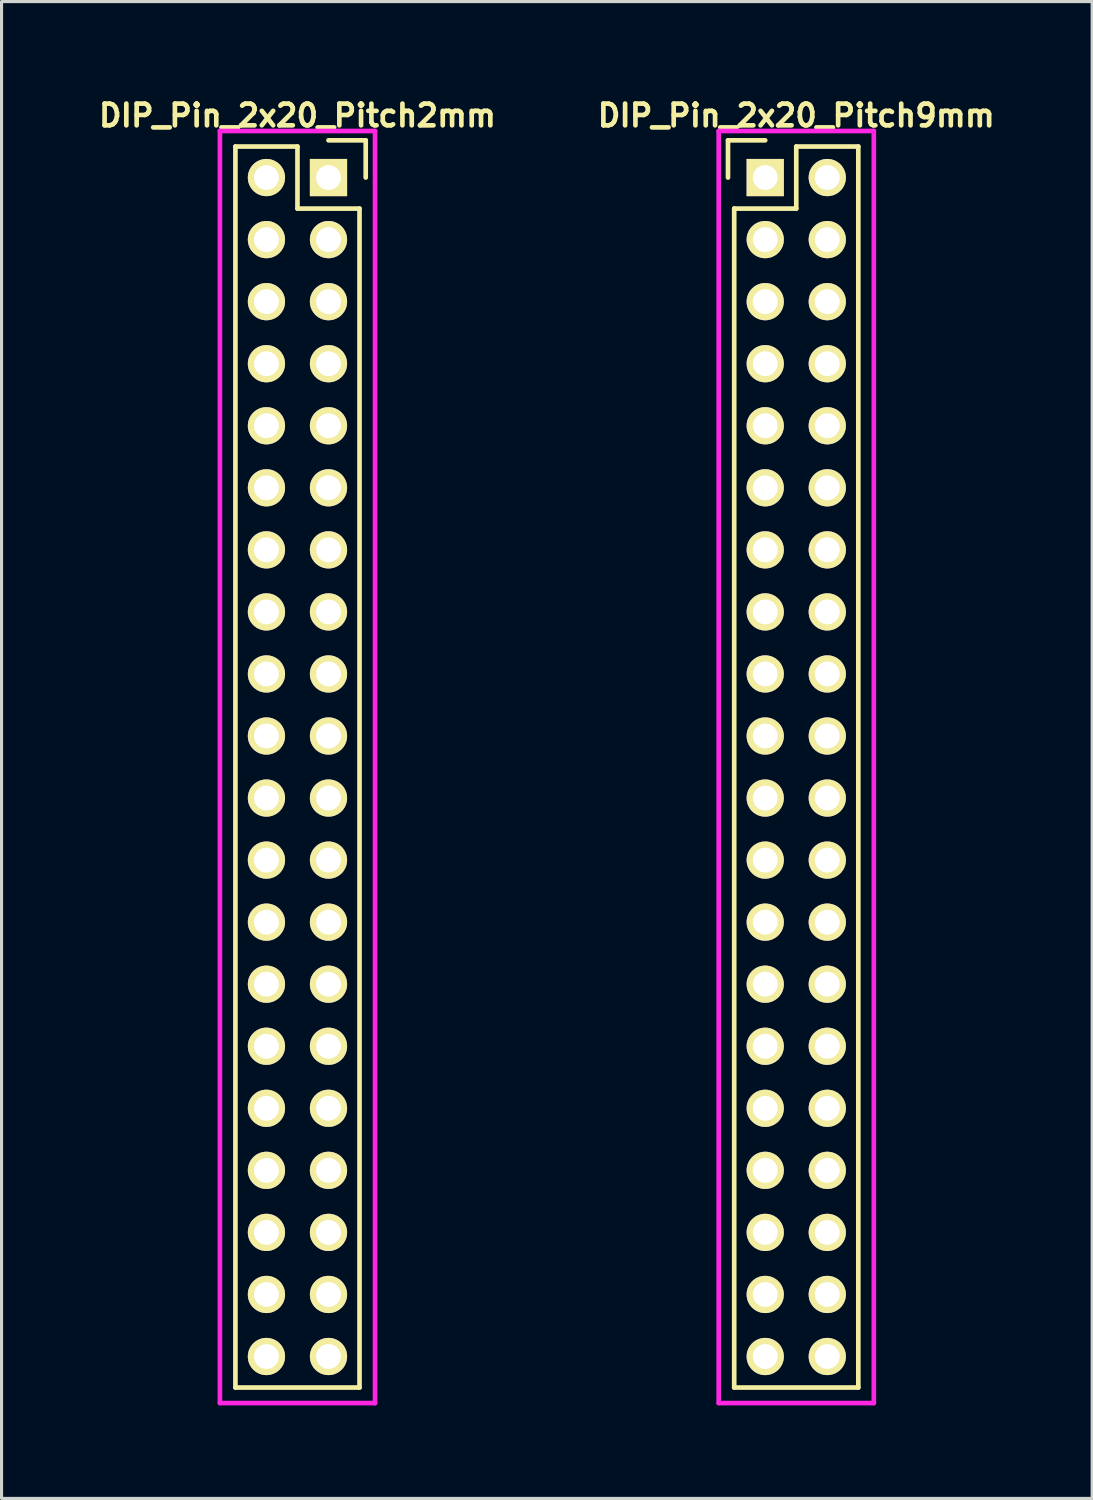
<source format=kicad_pcb>
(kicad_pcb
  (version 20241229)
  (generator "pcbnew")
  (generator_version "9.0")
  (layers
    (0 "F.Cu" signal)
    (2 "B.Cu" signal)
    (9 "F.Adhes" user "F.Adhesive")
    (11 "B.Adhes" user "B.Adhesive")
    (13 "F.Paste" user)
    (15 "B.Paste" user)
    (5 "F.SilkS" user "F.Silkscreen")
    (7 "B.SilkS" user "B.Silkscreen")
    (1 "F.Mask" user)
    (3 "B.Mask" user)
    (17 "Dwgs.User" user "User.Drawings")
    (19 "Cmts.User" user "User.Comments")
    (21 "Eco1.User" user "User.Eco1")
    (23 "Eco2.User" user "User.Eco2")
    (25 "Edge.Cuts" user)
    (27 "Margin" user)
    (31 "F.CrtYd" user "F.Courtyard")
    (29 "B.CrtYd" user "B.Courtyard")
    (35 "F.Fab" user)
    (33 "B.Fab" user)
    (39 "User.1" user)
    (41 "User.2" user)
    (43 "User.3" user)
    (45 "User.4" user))
  (footprint "DIP_Pin_2x20_Pitch2mm"
    (layer "F.Cu")
    (at 7.538 2.673)
    (property "Reference" "DIP_Pin_2x20_Pitch2mm" (at -1 -2 0) (layer "F.SilkS") (effects (font (size 0.7 0.7) (thickness 0.15))))
    (attr through_hole)
    (fp_line (start -3 39) (end -3 -1) (stroke (width 0.15) (type solid)) (layer "F.SilkS"))
    (fp_line (start -3 39) (end 1 39) (stroke (width 0.15) (type solid)) (layer "F.SilkS"))
    (fp_line (start -1 -1) (end -3 -1) (stroke (width 0.15) (type solid)) (layer "F.SilkS"))
    (fp_line (start -1 -1) (end -1 1) (stroke (width 0.15) (type solid)) (layer "F.SilkS"))
    (fp_line (start 1 1) (end -1 1) (stroke (width 0.15) (type solid)) (layer "F.SilkS"))
    (fp_line (start 1 1) (end 1 39) (stroke (width 0.15) (type solid)) (layer "F.SilkS"))
    (fp_line (start 1.2 -1.2) (end 0 -1.2) (stroke (width 0.15) (type solid)) (layer "F.SilkS"))
    (fp_line (start 1.2 -1.2) (end 1.2 0) (stroke (width 0.15) (type solid)) (layer "F.SilkS"))
    (fp_line (start -3.5 -1.5) (end 1.5 -1.5) (stroke (width 0.15) (type solid)) (layer "F.CrtYd"))
    (fp_line (start -3.5 39.5) (end -3.5 -1.5) (stroke (width 0.15) (type solid)) (layer "F.CrtYd"))
    (fp_line (start 1.5 -1.5) (end 1.5 39.5) (stroke (width 0.15) (type solid)) (layer "F.CrtYd"))
    (fp_line (start 1.5 39.5) (end -3.5 39.5) (stroke (width 0.15) (type solid)) (layer "F.CrtYd"))
    (pad "1" thru_hole rect (at 0 0) (size 1.2 1.2) (drill 0.8) (layers "*.Cu" "*.Mask" "F.SilkS"))
    (pad "2" thru_hole circle (at -2 0 270) (size 1.2 1.2) (drill 0.8) (layers "*.Cu" "*.Mask" "F.SilkS"))
    (pad "3" thru_hole circle (at 0 2 270) (size 1.2 1.2) (drill 0.8) (layers "*.Cu" "*.Mask" "F.SilkS"))
    (pad "4" thru_hole circle (at -2 2 270) (size 1.2 1.2) (drill 0.8) (layers "*.Cu" "*.Mask" "F.SilkS"))
    (pad "5" thru_hole circle (at 0 4 270) (size 1.2 1.2) (drill 0.8) (layers "*.Cu" "*.Mask" "F.SilkS"))
    (pad "6" thru_hole circle (at -2 4 270) (size 1.2 1.2) (drill 0.8) (layers "*.Cu" "*.Mask" "F.SilkS"))
    (pad "7" thru_hole circle (at 0 6 270) (size 1.2 1.2) (drill 0.8) (layers "*.Cu" "*.Mask" "F.SilkS"))
    (pad "8" thru_hole circle (at -2 6 270) (size 1.2 1.2) (drill 0.8) (layers "*.Cu" "*.Mask" "F.SilkS"))
    (pad "9" thru_hole circle (at 0 8 270) (size 1.2 1.2) (drill 0.8) (layers "*.Cu" "*.Mask" "F.SilkS"))
    (pad "10" thru_hole circle (at -2 8 270) (size 1.2 1.2) (drill 0.8) (layers "*.Cu" "*.Mask" "F.SilkS"))
    (pad "11" thru_hole circle (at 0 10 270) (size 1.2 1.2) (drill 0.8) (layers "*.Cu" "*.Mask" "F.SilkS"))
    (pad "12" thru_hole circle (at -2 10 270) (size 1.2 1.2) (drill 0.8) (layers "*.Cu" "*.Mask" "F.SilkS"))
    (pad "13" thru_hole circle (at 0 12 270) (size 1.2 1.2) (drill 0.8) (layers "*.Cu" "*.Mask" "F.SilkS"))
    (pad "14" thru_hole circle (at -2 12 270) (size 1.2 1.2) (drill 0.8) (layers "*.Cu" "*.Mask" "F.SilkS"))
    (pad "15" thru_hole circle (at 0 14 270) (size 1.2 1.2) (drill 0.8) (layers "*.Cu" "*.Mask" "F.SilkS"))
    (pad "16" thru_hole circle (at -2 14 270) (size 1.2 1.2) (drill 0.8) (layers "*.Cu" "*.Mask" "F.SilkS"))
    (pad "17" thru_hole circle (at 0 16 270) (size 1.2 1.2) (drill 0.8) (layers "*.Cu" "*.Mask" "F.SilkS"))
    (pad "18" thru_hole circle (at -2 16 270) (size 1.2 1.2) (drill 0.8) (layers "*.Cu" "*.Mask" "F.SilkS"))
    (pad "19" thru_hole circle (at 0 18 270) (size 1.2 1.2) (drill 0.8) (layers "*.Cu" "*.Mask" "F.SilkS"))
    (pad "20" thru_hole circle (at -2 18 270) (size 1.2 1.2) (drill 0.8) (layers "*.Cu" "*.Mask" "F.SilkS"))
    (pad "21" thru_hole circle (at 0 20 270) (size 1.2 1.2) (drill 0.8) (layers "*.Cu" "*.Mask" "F.SilkS"))
    (pad "22" thru_hole circle (at -2 20 270) (size 1.2 1.2) (drill 0.8) (layers "*.Cu" "*.Mask" "F.SilkS"))
    (pad "23" thru_hole circle (at 0 22 270) (size 1.2 1.2) (drill 0.8) (layers "*.Cu" "*.Mask" "F.SilkS"))
    (pad "24" thru_hole circle (at -2 22 270) (size 1.2 1.2) (drill 0.8) (layers "*.Cu" "*.Mask" "F.SilkS"))
    (pad "25" thru_hole circle (at 0 24 270) (size 1.2 1.2) (drill 0.8) (layers "*.Cu" "*.Mask" "F.SilkS"))
    (pad "26" thru_hole circle (at -2 24 270) (size 1.2 1.2) (drill 0.8) (layers "*.Cu" "*.Mask" "F.SilkS"))
    (pad "27" thru_hole circle (at 0 26 270) (size 1.2 1.2) (drill 0.8) (layers "*.Cu" "*.Mask" "F.SilkS"))
    (pad "28" thru_hole circle (at -2 26 270) (size 1.2 1.2) (drill 0.8) (layers "*.Cu" "*.Mask" "F.SilkS"))
    (pad "29" thru_hole circle (at 0 28 270) (size 1.2 1.2) (drill 0.8) (layers "*.Cu" "*.Mask" "F.SilkS"))
    (pad "30" thru_hole circle (at -2 28 270) (size 1.2 1.2) (drill 0.8) (layers "*.Cu" "*.Mask" "F.SilkS"))
    (pad "31" thru_hole circle (at 0 30 270) (size 1.2 1.2) (drill 0.8) (layers "*.Cu" "*.Mask" "F.SilkS"))
    (pad "32" thru_hole circle (at -2 30 270) (size 1.2 1.2) (drill 0.8) (layers "*.Cu" "*.Mask" "F.SilkS"))
    (pad "33" thru_hole circle (at 0 32 270) (size 1.2 1.2) (drill 0.8) (layers "*.Cu" "*.Mask" "F.SilkS"))
    (pad "34" thru_hole circle (at -2 32 270) (size 1.2 1.2) (drill 0.8) (layers "*.Cu" "*.Mask" "F.SilkS"))
    (pad "35" thru_hole circle (at 0 34 270) (size 1.2 1.2) (drill 0.8) (layers "*.Cu" "*.Mask" "F.SilkS"))
    (pad "36" thru_hole circle (at -2 34 270) (size 1.2 1.2) (drill 0.8) (layers "*.Cu" "*.Mask" "F.SilkS"))
    (pad "37" thru_hole circle (at 0 36 270) (size 1.2 1.2) (drill 0.8) (layers "*.Cu" "*.Mask" "F.SilkS"))
    (pad "38" thru_hole circle (at -2 36 270) (size 1.2 1.2) (drill 0.8) (layers "*.Cu" "*.Mask" "F.SilkS"))
    (pad "39" thru_hole circle (at 0 38 270) (size 1.2 1.2) (drill 0.8) (layers "*.Cu" "*.Mask" "F.SilkS"))
    (pad "40" thru_hole circle (at -2 38 270) (size 1.2 1.2) (drill 0.8) (layers "*.Cu" "*.Mask" "F.SilkS")))
  (footprint "DIP_Pin_2x20_Pitch9mm"
    (layer "F.Cu")
    (at 21.615 2.673)
    (property "Reference" "DIP_Pin_2x20_Pitch9mm" (at 1 -2 0) (layer "F.SilkS") (effects (font (size 0.7 0.7) (thickness 0.15))))
    (attr through_hole)
    (fp_line (start -1.2 -1.2) (end -1.2 0) (stroke (width 0.15) (type solid)) (layer "F.SilkS"))
    (fp_line (start -1 1) (end -1 39) (stroke (width 0.15) (type solid)) (layer "F.SilkS"))
    (fp_line (start -1 39) (end 3 39) (stroke (width 0.15) (type solid)) (layer "F.SilkS"))
    (fp_line (start 0 -1.2) (end -1.2 -1.2) (stroke (width 0.15) (type solid)) (layer "F.SilkS"))
    (fp_line (start 1 -1) (end 1 1) (stroke (width 0.15) (type solid)) (layer "F.SilkS"))
    (fp_line (start 1 1) (end -1 1) (stroke (width 0.15) (type solid)) (layer "F.SilkS"))
    (fp_line (start 3 -1) (end 1 -1) (stroke (width 0.15) (type solid)) (layer "F.SilkS"))
    (fp_line (start 3 39) (end 3 -1) (stroke (width 0.15) (type solid)) (layer "F.SilkS"))
    (fp_line (start -1.5 -1.5) (end 3.5 -1.5) (stroke (width 0.15) (type solid)) (layer "F.CrtYd"))
    (fp_line (start -1.5 39.5) (end -1.5 -1.5) (stroke (width 0.15) (type solid)) (layer "F.CrtYd"))
    (fp_line (start 3.5 -1.5) (end 3.5 39.5) (stroke (width 0.15) (type solid)) (layer "F.CrtYd"))
    (fp_line (start 3.5 39.5) (end -1.5 39.5) (stroke (width 0.15) (type solid)) (layer "F.CrtYd"))
    (pad "1" thru_hole rect (at 0 0) (size 1.2 1.2) (drill 0.8) (layers "*.Cu" "*.Mask" "F.SilkS"))
    (pad "2" thru_hole circle (at 2 0 270) (size 1.2 1.2) (drill 0.8) (layers "*.Cu" "*.Mask" "F.SilkS"))
    (pad "3" thru_hole circle (at 0 2 270) (size 1.2 1.2) (drill 0.8) (layers "*.Cu" "*.Mask" "F.SilkS"))
    (pad "4" thru_hole circle (at 2 2 270) (size 1.2 1.2) (drill 0.8) (layers "*.Cu" "*.Mask" "F.SilkS"))
    (pad "5" thru_hole circle (at 0 4 270) (size 1.2 1.2) (drill 0.8) (layers "*.Cu" "*.Mask" "F.SilkS"))
    (pad "6" thru_hole circle (at 2 4 270) (size 1.2 1.2) (drill 0.8) (layers "*.Cu" "*.Mask" "F.SilkS"))
    (pad "7" thru_hole circle (at 0 6 270) (size 1.2 1.2) (drill 0.8) (layers "*.Cu" "*.Mask" "F.SilkS"))
    (pad "8" thru_hole circle (at 2 6 270) (size 1.2 1.2) (drill 0.8) (layers "*.Cu" "*.Mask" "F.SilkS"))
    (pad "9" thru_hole circle (at 0 8 270) (size 1.2 1.2) (drill 0.8) (layers "*.Cu" "*.Mask" "F.SilkS"))
    (pad "10" thru_hole circle (at 2 8 270) (size 1.2 1.2) (drill 0.8) (layers "*.Cu" "*.Mask" "F.SilkS"))
    (pad "11" thru_hole circle (at 0 10 270) (size 1.2 1.2) (drill 0.8) (layers "*.Cu" "*.Mask" "F.SilkS"))
    (pad "12" thru_hole circle (at 2 10 270) (size 1.2 1.2) (drill 0.8) (layers "*.Cu" "*.Mask" "F.SilkS"))
    (pad "13" thru_hole circle (at 0 12 270) (size 1.2 1.2) (drill 0.8) (layers "*.Cu" "*.Mask" "F.SilkS"))
    (pad "14" thru_hole circle (at 2 12 270) (size 1.2 1.2) (drill 0.8) (layers "*.Cu" "*.Mask" "F.SilkS"))
    (pad "15" thru_hole circle (at 0 14 270) (size 1.2 1.2) (drill 0.8) (layers "*.Cu" "*.Mask" "F.SilkS"))
    (pad "16" thru_hole circle (at 2 14 270) (size 1.2 1.2) (drill 0.8) (layers "*.Cu" "*.Mask" "F.SilkS"))
    (pad "17" thru_hole circle (at 0 16 270) (size 1.2 1.2) (drill 0.8) (layers "*.Cu" "*.Mask" "F.SilkS"))
    (pad "18" thru_hole circle (at 2 16 270) (size 1.2 1.2) (drill 0.8) (layers "*.Cu" "*.Mask" "F.SilkS"))
    (pad "19" thru_hole circle (at 0 18 270) (size 1.2 1.2) (drill 0.8) (layers "*.Cu" "*.Mask" "F.SilkS"))
    (pad "20" thru_hole circle (at 2 18 270) (size 1.2 1.2) (drill 0.8) (layers "*.Cu" "*.Mask" "F.SilkS"))
    (pad "21" thru_hole circle (at 0 20 270) (size 1.2 1.2) (drill 0.8) (layers "*.Cu" "*.Mask" "F.SilkS"))
    (pad "22" thru_hole circle (at 2 20 270) (size 1.2 1.2) (drill 0.8) (layers "*.Cu" "*.Mask" "F.SilkS"))
    (pad "23" thru_hole circle (at 0 22 270) (size 1.2 1.2) (drill 0.8) (layers "*.Cu" "*.Mask" "F.SilkS"))
    (pad "24" thru_hole circle (at 2 22 270) (size 1.2 1.2) (drill 0.8) (layers "*.Cu" "*.Mask" "F.SilkS"))
    (pad "25" thru_hole circle (at 0 24 270) (size 1.2 1.2) (drill 0.8) (layers "*.Cu" "*.Mask" "F.SilkS"))
    (pad "26" thru_hole circle (at 2 24 270) (size 1.2 1.2) (drill 0.8) (layers "*.Cu" "*.Mask" "F.SilkS"))
    (pad "27" thru_hole circle (at 0 26 270) (size 1.2 1.2) (drill 0.8) (layers "*.Cu" "*.Mask" "F.SilkS"))
    (pad "28" thru_hole circle (at 2 26 270) (size 1.2 1.2) (drill 0.8) (layers "*.Cu" "*.Mask" "F.SilkS"))
    (pad "29" thru_hole circle (at 0 28 270) (size 1.2 1.2) (drill 0.8) (layers "*.Cu" "*.Mask" "F.SilkS"))
    (pad "30" thru_hole circle (at 2 28 270) (size 1.2 1.2) (drill 0.8) (layers "*.Cu" "*.Mask" "F.SilkS"))
    (pad "31" thru_hole circle (at 0 30 270) (size 1.2 1.2) (drill 0.8) (layers "*.Cu" "*.Mask" "F.SilkS"))
    (pad "32" thru_hole circle (at 2 30 270) (size 1.2 1.2) (drill 0.8) (layers "*.Cu" "*.Mask" "F.SilkS"))
    (pad "33" thru_hole circle (at 0 32 270) (size 1.2 1.2) (drill 0.8) (layers "*.Cu" "*.Mask" "F.SilkS"))
    (pad "34" thru_hole circle (at 2 32 270) (size 1.2 1.2) (drill 0.8) (layers "*.Cu" "*.Mask" "F.SilkS"))
    (pad "35" thru_hole circle (at 0 34 270) (size 1.2 1.2) (drill 0.8) (layers "*.Cu" "*.Mask" "F.SilkS"))
    (pad "36" thru_hole circle (at 2 34 270) (size 1.2 1.2) (drill 0.8) (layers "*.Cu" "*.Mask" "F.SilkS"))
    (pad "37" thru_hole circle (at 0 36 270) (size 1.2 1.2) (drill 0.8) (layers "*.Cu" "*.Mask" "F.SilkS"))
    (pad "38" thru_hole circle (at 2 36 270) (size 1.2 1.2) (drill 0.8) (layers "*.Cu" "*.Mask" "F.SilkS"))
    (pad "39" thru_hole circle (at 0 38 270) (size 1.2 1.2) (drill 0.8) (layers "*.Cu" "*.Mask" "F.SilkS"))
    (pad "40" thru_hole circle (at 2 38 270) (size 1.2 1.2) (drill 0.8) (layers "*.Cu" "*.Mask" "F.SilkS")))
  (gr_rect
    (start -3 -3)
    (end 32.153 45.248)
    (stroke (width 0.1) (type default))
    (fill no)
    (layer "Edge.Cuts")))
</source>
